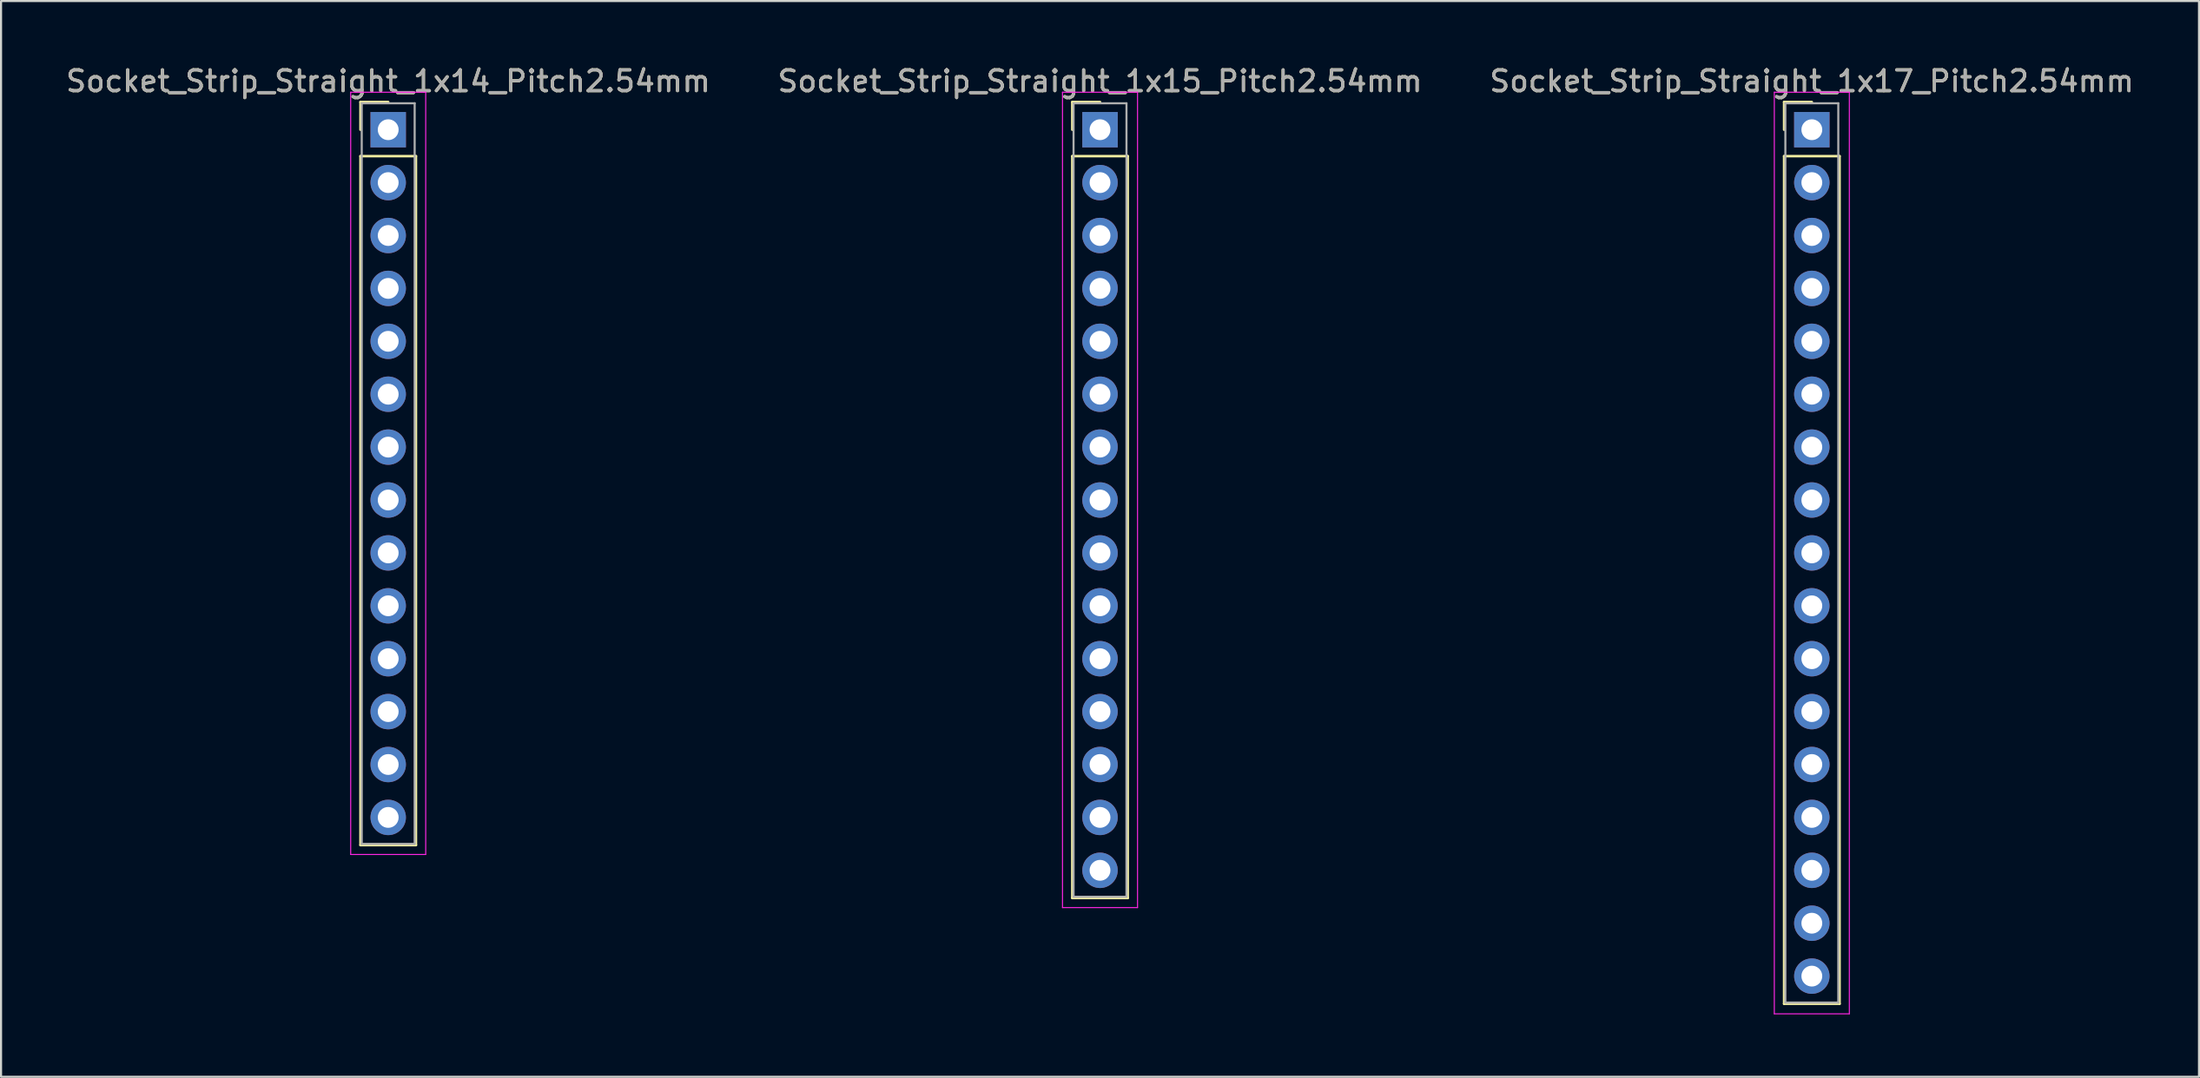
<source format=kicad_pcb>
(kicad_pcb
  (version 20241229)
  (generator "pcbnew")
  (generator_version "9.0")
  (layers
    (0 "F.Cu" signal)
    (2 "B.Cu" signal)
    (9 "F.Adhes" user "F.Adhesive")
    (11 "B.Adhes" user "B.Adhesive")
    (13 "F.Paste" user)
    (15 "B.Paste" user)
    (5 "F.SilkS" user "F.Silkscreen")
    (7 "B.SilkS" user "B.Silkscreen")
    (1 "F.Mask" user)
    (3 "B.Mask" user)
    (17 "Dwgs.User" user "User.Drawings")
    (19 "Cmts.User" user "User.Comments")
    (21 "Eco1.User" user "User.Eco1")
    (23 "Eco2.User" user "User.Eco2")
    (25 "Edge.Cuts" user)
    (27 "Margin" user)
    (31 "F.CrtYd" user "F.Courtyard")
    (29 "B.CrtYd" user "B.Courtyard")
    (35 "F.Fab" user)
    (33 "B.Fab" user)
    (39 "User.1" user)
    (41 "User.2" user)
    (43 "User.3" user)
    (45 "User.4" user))
  (footprint "Socket_Strip_Straight_1x15_Pitch2.54mm"
    (layer "F.Cu")
    (at 49.732 3.178)
    (property "Reference" "Socket_Strip_Straight_1x15_Pitch2.54mm" (at 0 -2.33 0) (layer "F.SilkS") (effects (font (size 1 1) (thickness 0.15))))
    (attr through_hole)
    (fp_line (start -1.33 -1.33) (end 0 -1.33) (stroke (width 0.12) (type solid)) (layer "F.SilkS"))
    (fp_line (start -1.33 0) (end -1.33 -1.33) (stroke (width 0.12) (type solid)) (layer "F.SilkS"))
    (fp_line (start -1.33 1.27) (end -1.33 36.89) (stroke (width 0.12) (type solid)) (layer "F.SilkS"))
    (fp_line (start -1.33 36.89) (end 1.33 36.89) (stroke (width 0.12) (type solid)) (layer "F.SilkS"))
    (fp_line (start 1.33 1.27) (end -1.33 1.27) (stroke (width 0.12) (type solid)) (layer "F.SilkS"))
    (fp_line (start 1.33 36.89) (end 1.33 1.27) (stroke (width 0.12) (type solid)) (layer "F.SilkS"))
    (fp_line (start -1.8 -1.8) (end -1.8 37.35) (stroke (width 0.05) (type solid)) (layer "F.CrtYd"))
    (fp_line (start -1.8 37.35) (end 1.8 37.35) (stroke (width 0.05) (type solid)) (layer "F.CrtYd"))
    (fp_line (start 1.8 -1.8) (end -1.8 -1.8) (stroke (width 0.05) (type solid)) (layer "F.CrtYd"))
    (fp_line (start 1.8 37.35) (end 1.8 -1.8) (stroke (width 0.05) (type solid)) (layer "F.CrtYd"))
    (fp_line (start -1.27 -1.27) (end -1.27 36.83) (stroke (width 0.1) (type solid)) (layer "F.Fab"))
    (fp_line (start -1.27 36.83) (end 1.27 36.83) (stroke (width 0.1) (type solid)) (layer "F.Fab"))
    (fp_line (start 1.27 -1.27) (end -1.27 -1.27) (stroke (width 0.1) (type solid)) (layer "F.Fab"))
    (fp_line (start 1.27 36.83) (end 1.27 -1.27) (stroke (width 0.1) (type solid)) (layer "F.Fab"))
    (fp_text user "${REFERENCE}" (at 0 -2.33 0) (layer "F.Fab") (effects (font (size 1 1) (thickness 0.15))))
    (pad "1" thru_hole rect (at 0 0) (size 1.7 1.7) (drill 1) (layers "*.Cu" "*.Mask"))
    (pad "2" thru_hole oval (at 0 2.54) (size 1.7 1.7) (drill 1) (layers "*.Cu" "*.Mask"))
    (pad "3" thru_hole oval (at 0 5.08) (size 1.7 1.7) (drill 1) (layers "*.Cu" "*.Mask"))
    (pad "4" thru_hole oval (at 0 7.62) (size 1.7 1.7) (drill 1) (layers "*.Cu" "*.Mask"))
    (pad "5" thru_hole oval (at 0 10.16) (size 1.7 1.7) (drill 1) (layers "*.Cu" "*.Mask"))
    (pad "6" thru_hole oval (at 0 12.7) (size 1.7 1.7) (drill 1) (layers "*.Cu" "*.Mask"))
    (pad "7" thru_hole oval (at 0 15.24) (size 1.7 1.7) (drill 1) (layers "*.Cu" "*.Mask"))
    (pad "8" thru_hole oval (at 0 17.78) (size 1.7 1.7) (drill 1) (layers "*.Cu" "*.Mask"))
    (pad "9" thru_hole oval (at 0 20.32) (size 1.7 1.7) (drill 1) (layers "*.Cu" "*.Mask"))
    (pad "10" thru_hole oval (at 0 22.86) (size 1.7 1.7) (drill 1) (layers "*.Cu" "*.Mask"))
    (pad "11" thru_hole oval (at 0 25.4) (size 1.7 1.7) (drill 1) (layers "*.Cu" "*.Mask"))
    (pad "12" thru_hole oval (at 0 27.94) (size 1.7 1.7) (drill 1) (layers "*.Cu" "*.Mask"))
    (pad "13" thru_hole oval (at 0 30.48) (size 1.7 1.7) (drill 1) (layers "*.Cu" "*.Mask"))
    (pad "14" thru_hole oval (at 0 33.02) (size 1.7 1.7) (drill 1) (layers "*.Cu" "*.Mask"))
    (pad "15" thru_hole oval (at 0 35.56) (size 1.7 1.7) (drill 1) (layers "*.Cu" "*.Mask")))
  (footprint "Socket_Strip_Straight_1x14_Pitch2.54mm"
    (layer "F.Cu")
    (at 15.577 3.178)
    (property "Reference" "Socket_Strip_Straight_1x14_Pitch2.54mm" (at 0 -2.33 0) (layer "F.SilkS") (effects (font (size 1 1) (thickness 0.15))))
    (attr through_hole)
    (fp_line (start -1.33 -1.33) (end 0 -1.33) (stroke (width 0.12) (type solid)) (layer "F.SilkS"))
    (fp_line (start -1.33 0) (end -1.33 -1.33) (stroke (width 0.12) (type solid)) (layer "F.SilkS"))
    (fp_line (start -1.33 1.27) (end -1.33 34.35) (stroke (width 0.12) (type solid)) (layer "F.SilkS"))
    (fp_line (start -1.33 34.35) (end 1.33 34.35) (stroke (width 0.12) (type solid)) (layer "F.SilkS"))
    (fp_line (start 1.33 1.27) (end -1.33 1.27) (stroke (width 0.12) (type solid)) (layer "F.SilkS"))
    (fp_line (start 1.33 34.35) (end 1.33 1.27) (stroke (width 0.12) (type solid)) (layer "F.SilkS"))
    (fp_line (start -1.8 -1.8) (end -1.8 34.8) (stroke (width 0.05) (type solid)) (layer "F.CrtYd"))
    (fp_line (start -1.8 34.8) (end 1.8 34.8) (stroke (width 0.05) (type solid)) (layer "F.CrtYd"))
    (fp_line (start 1.8 -1.8) (end -1.8 -1.8) (stroke (width 0.05) (type solid)) (layer "F.CrtYd"))
    (fp_line (start 1.8 34.8) (end 1.8 -1.8) (stroke (width 0.05) (type solid)) (layer "F.CrtYd"))
    (fp_line (start -1.27 -1.27) (end -1.27 34.29) (stroke (width 0.1) (type solid)) (layer "F.Fab"))
    (fp_line (start -1.27 34.29) (end 1.27 34.29) (stroke (width 0.1) (type solid)) (layer "F.Fab"))
    (fp_line (start 1.27 -1.27) (end -1.27 -1.27) (stroke (width 0.1) (type solid)) (layer "F.Fab"))
    (fp_line (start 1.27 34.29) (end 1.27 -1.27) (stroke (width 0.1) (type solid)) (layer "F.Fab"))
    (fp_text user "${REFERENCE}" (at 0 -2.33 0) (layer "F.Fab") (effects (font (size 1 1) (thickness 0.15))))
    (pad "1" thru_hole rect (at 0 0) (size 1.7 1.7) (drill 1) (layers "*.Cu" "*.Mask"))
    (pad "2" thru_hole oval (at 0 2.54) (size 1.7 1.7) (drill 1) (layers "*.Cu" "*.Mask"))
    (pad "3" thru_hole oval (at 0 5.08) (size 1.7 1.7) (drill 1) (layers "*.Cu" "*.Mask"))
    (pad "4" thru_hole oval (at 0 7.62) (size 1.7 1.7) (drill 1) (layers "*.Cu" "*.Mask"))
    (pad "5" thru_hole oval (at 0 10.16) (size 1.7 1.7) (drill 1) (layers "*.Cu" "*.Mask"))
    (pad "6" thru_hole oval (at 0 12.7) (size 1.7 1.7) (drill 1) (layers "*.Cu" "*.Mask"))
    (pad "7" thru_hole oval (at 0 15.24) (size 1.7 1.7) (drill 1) (layers "*.Cu" "*.Mask"))
    (pad "8" thru_hole oval (at 0 17.78) (size 1.7 1.7) (drill 1) (layers "*.Cu" "*.Mask"))
    (pad "9" thru_hole oval (at 0 20.32) (size 1.7 1.7) (drill 1) (layers "*.Cu" "*.Mask"))
    (pad "10" thru_hole oval (at 0 22.86) (size 1.7 1.7) (drill 1) (layers "*.Cu" "*.Mask"))
    (pad "11" thru_hole oval (at 0 25.4) (size 1.7 1.7) (drill 1) (layers "*.Cu" "*.Mask"))
    (pad "12" thru_hole oval (at 0 27.94) (size 1.7 1.7) (drill 1) (layers "*.Cu" "*.Mask"))
    (pad "13" thru_hole oval (at 0 30.48) (size 1.7 1.7) (drill 1) (layers "*.Cu" "*.Mask"))
    (pad "14" thru_hole oval (at 0 33.02) (size 1.7 1.7) (drill 1) (layers "*.Cu" "*.Mask")))
  (footprint "Socket_Strip_Straight_1x17_Pitch2.54mm"
    (layer "F.Cu")
    (at 83.887 3.178)
    (property "Reference" "Socket_Strip_Straight_1x17_Pitch2.54mm" (at 0 -2.33 0) (layer "F.SilkS") (effects (font (size 1 1) (thickness 0.15))))
    (attr through_hole)
    (fp_line (start -1.33 -1.33) (end 0 -1.33) (stroke (width 0.12) (type solid)) (layer "F.SilkS"))
    (fp_line (start -1.33 0) (end -1.33 -1.33) (stroke (width 0.12) (type solid)) (layer "F.SilkS"))
    (fp_line (start -1.33 1.27) (end -1.33 41.97) (stroke (width 0.12) (type solid)) (layer "F.SilkS"))
    (fp_line (start -1.33 41.97) (end 1.33 41.97) (stroke (width 0.12) (type solid)) (layer "F.SilkS"))
    (fp_line (start 1.33 1.27) (end -1.33 1.27) (stroke (width 0.12) (type solid)) (layer "F.SilkS"))
    (fp_line (start 1.33 41.97) (end 1.33 1.27) (stroke (width 0.12) (type solid)) (layer "F.SilkS"))
    (fp_line (start -1.8 -1.8) (end -1.8 42.45) (stroke (width 0.05) (type solid)) (layer "F.CrtYd"))
    (fp_line (start -1.8 42.45) (end 1.8 42.45) (stroke (width 0.05) (type solid)) (layer "F.CrtYd"))
    (fp_line (start 1.8 -1.8) (end -1.8 -1.8) (stroke (width 0.05) (type solid)) (layer "F.CrtYd"))
    (fp_line (start 1.8 42.45) (end 1.8 -1.8) (stroke (width 0.05) (type solid)) (layer "F.CrtYd"))
    (fp_line (start -1.27 -1.27) (end -1.27 41.91) (stroke (width 0.1) (type solid)) (layer "F.Fab"))
    (fp_line (start -1.27 41.91) (end 1.27 41.91) (stroke (width 0.1) (type solid)) (layer "F.Fab"))
    (fp_line (start 1.27 -1.27) (end -1.27 -1.27) (stroke (width 0.1) (type solid)) (layer "F.Fab"))
    (fp_line (start 1.27 41.91) (end 1.27 -1.27) (stroke (width 0.1) (type solid)) (layer "F.Fab"))
    (fp_text user "${REFERENCE}" (at 0 -2.33 0) (layer "F.Fab") (effects (font (size 1 1) (thickness 0.15))))
    (pad "1" thru_hole rect (at 0 0) (size 1.7 1.7) (drill 1) (layers "*.Cu" "*.Mask"))
    (pad "2" thru_hole oval (at 0 2.54) (size 1.7 1.7) (drill 1) (layers "*.Cu" "*.Mask"))
    (pad "3" thru_hole oval (at 0 5.08) (size 1.7 1.7) (drill 1) (layers "*.Cu" "*.Mask"))
    (pad "4" thru_hole oval (at 0 7.62) (size 1.7 1.7) (drill 1) (layers "*.Cu" "*.Mask"))
    (pad "5" thru_hole oval (at 0 10.16) (size 1.7 1.7) (drill 1) (layers "*.Cu" "*.Mask"))
    (pad "6" thru_hole oval (at 0 12.7) (size 1.7 1.7) (drill 1) (layers "*.Cu" "*.Mask"))
    (pad "7" thru_hole oval (at 0 15.24) (size 1.7 1.7) (drill 1) (layers "*.Cu" "*.Mask"))
    (pad "8" thru_hole oval (at 0 17.78) (size 1.7 1.7) (drill 1) (layers "*.Cu" "*.Mask"))
    (pad "9" thru_hole oval (at 0 20.32) (size 1.7 1.7) (drill 1) (layers "*.Cu" "*.Mask"))
    (pad "10" thru_hole oval (at 0 22.86) (size 1.7 1.7) (drill 1) (layers "*.Cu" "*.Mask"))
    (pad "11" thru_hole oval (at 0 25.4) (size 1.7 1.7) (drill 1) (layers "*.Cu" "*.Mask"))
    (pad "12" thru_hole oval (at 0 27.94) (size 1.7 1.7) (drill 1) (layers "*.Cu" "*.Mask"))
    (pad "13" thru_hole oval (at 0 30.48) (size 1.7 1.7) (drill 1) (layers "*.Cu" "*.Mask"))
    (pad "14" thru_hole oval (at 0 33.02) (size 1.7 1.7) (drill 1) (layers "*.Cu" "*.Mask"))
    (pad "15" thru_hole oval (at 0 35.56) (size 1.7 1.7) (drill 1) (layers "*.Cu" "*.Mask"))
    (pad "16" thru_hole oval (at 0 38.1) (size 1.7 1.7) (drill 1) (layers "*.Cu" "*.Mask"))
    (pad "17" thru_hole oval (at 0 40.64) (size 1.7 1.7) (drill 1) (layers "*.Cu" "*.Mask")))
  (gr_rect
    (start -3 -3)
    (end 102.464 48.653)
    (stroke (width 0.1) (type default))
    (fill no)
    (layer "Edge.Cuts")))
</source>
